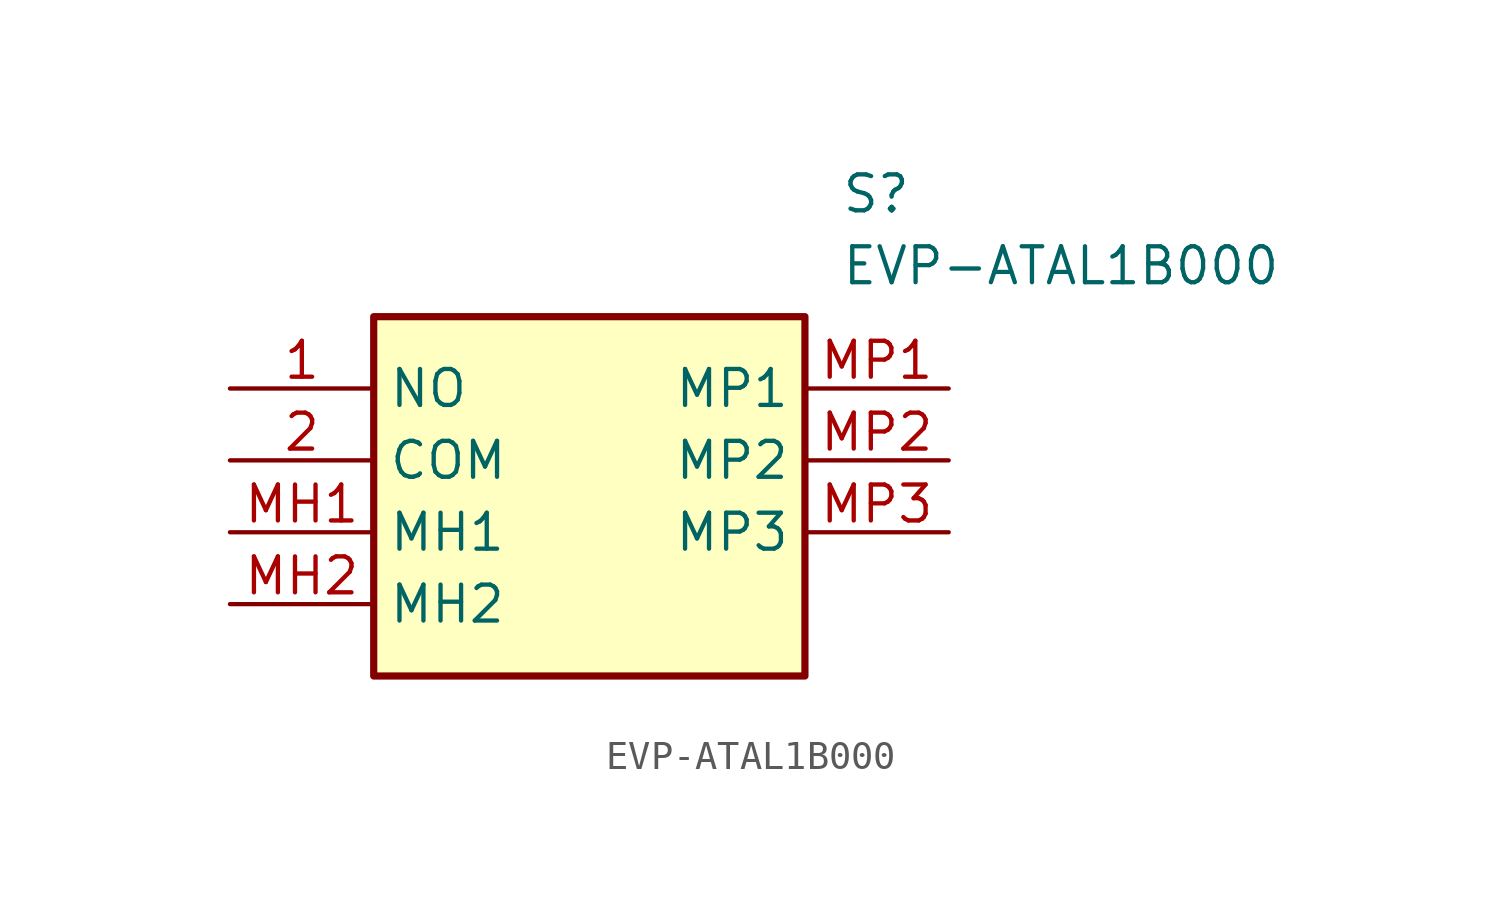
<source format=kicad_sym>
(kicad_symbol_lib
  (version 20220914)
  (generator kicad_symbol_editor)
  (symbol "EVP-ATAL1B000"
    (property "Reference" "S"
      (at 21.59 7.62 0)
      (effects (font (size 1.27 1.27)) (justify left top)))
    (property "Value" "EVP-ATAL1B000"
      (at 21.59 5.08 0)
      (effects (font (size 1.27 1.27)) (justify left top)))
    (symbol "EVP-ATAL1B000_1_1"
      (rectangle (start 5.08 2.54) (end 20.32 -10.16) (stroke (width 0.254) (type default)) (fill (type background)))
      (pin passive line (at 0 0 0) (length 5.08) (name "NO" (effects (font (size 1.27 1.27)))) (number "1" (effects (font (size 1.27 1.27)))))
      (pin passive line (at 0 -2.54 0) (length 5.08) (name "COM" (effects (font (size 1.27 1.27)))) (number "2" (effects (font (size 1.27 1.27)))))
      (pin passive line (at 0 -5.08 0) (length 5.08) (name "MH1" (effects (font (size 1.27 1.27)))) (number "MH1" (effects (font (size 1.27 1.27)))))
      (pin passive line (at 0 -7.62 0) (length 5.08) (name "MH2" (effects (font (size 1.27 1.27)))) (number "MH2" (effects (font (size 1.27 1.27)))))
      (pin passive line (at 25.4 0 180) (length 5.08) (name "MP1" (effects (font (size 1.27 1.27)))) (number "MP1" (effects (font (size 1.27 1.27)))))
      (pin passive line (at 25.4 -2.54 180) (length 5.08) (name "MP2" (effects (font (size 1.27 1.27)))) (number "MP2" (effects (font (size 1.27 1.27)))))
      (pin passive line (at 25.4 -5.08 180) (length 5.08) (name "MP3" (effects (font (size 1.27 1.27)))) (number "MP3" (effects (font (size 1.27 1.27))))))))
</source>
